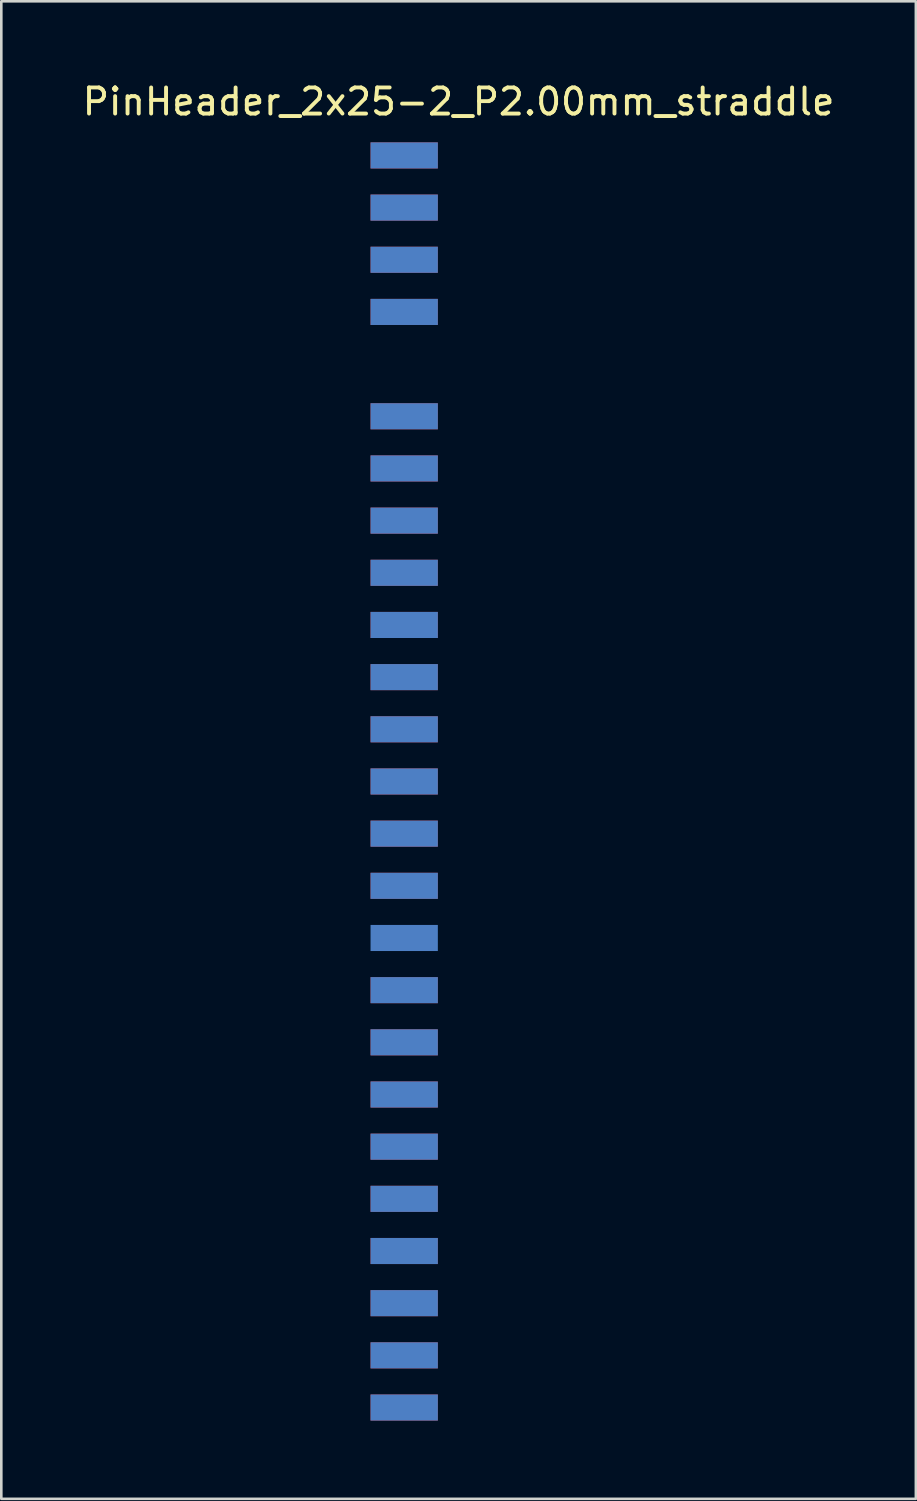
<source format=kicad_pcb>
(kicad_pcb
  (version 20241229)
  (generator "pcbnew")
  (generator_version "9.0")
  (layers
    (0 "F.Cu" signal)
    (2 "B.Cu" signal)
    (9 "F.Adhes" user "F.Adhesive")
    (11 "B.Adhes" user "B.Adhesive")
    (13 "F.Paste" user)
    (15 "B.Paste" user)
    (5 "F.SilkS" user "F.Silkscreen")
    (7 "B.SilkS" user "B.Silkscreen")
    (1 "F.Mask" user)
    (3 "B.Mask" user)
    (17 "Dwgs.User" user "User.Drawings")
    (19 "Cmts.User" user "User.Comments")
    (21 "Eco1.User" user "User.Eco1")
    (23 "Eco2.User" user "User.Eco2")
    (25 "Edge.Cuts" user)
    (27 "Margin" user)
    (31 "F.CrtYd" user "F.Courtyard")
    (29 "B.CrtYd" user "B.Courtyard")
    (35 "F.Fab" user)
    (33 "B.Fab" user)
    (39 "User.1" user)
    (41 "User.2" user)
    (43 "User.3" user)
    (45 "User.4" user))
  (footprint "PinHeader_2x25-2_P2.00mm_straddle"
    (layer "F.Cu")
    (at 14.53 26.908)
    (property "Reference" "PinHeader_2x25-2_P2.00mm_straddle" (at 0 -26.06 0) (layer "F.SilkS") (effects (font (size 1 1) (thickness 0.15))))
    (attr smd)
    (pad "1" smd rect (at -2.085 -14) (size 2.58 1) (layers "F.Cu" "F.Mask" "F.Paste"))
    (pad "2" smd rect (at -2.085 -14) (size 2.58 1) (layers "B.Cu" "B.Mask" "B.Paste"))
    (pad "3" smd rect (at -2.085 -12) (size 2.58 1) (layers "F.Cu" "F.Mask" "F.Paste"))
    (pad "4" smd rect (at -2.085 -12) (size 2.58 1) (layers "B.Cu" "B.Mask" "B.Paste"))
    (pad "5" smd rect (at -2.085 -10) (size 2.58 1) (layers "F.Cu" "F.Mask" "F.Paste"))
    (pad "6" smd rect (at -2.085 -10) (size 2.58 1) (layers "B.Cu" "B.Mask" "B.Paste"))
    (pad "7" smd rect (at -2.085 -8) (size 2.58 1) (layers "F.Cu" "F.Mask" "F.Paste"))
    (pad "8" smd rect (at -2.085 -8) (size 2.58 1) (layers "B.Cu" "B.Mask" "B.Paste"))
    (pad "9" smd rect (at -2.085 -6) (size 2.58 1) (layers "F.Cu" "F.Mask" "F.Paste"))
    (pad "10" smd rect (at -2.085 -6) (size 2.58 1) (layers "B.Cu" "B.Mask" "B.Paste"))
    (pad "11" smd rect (at -2.085 -4) (size 2.58 1) (layers "F.Cu" "F.Mask" "F.Paste"))
    (pad "12" smd rect (at -2.085 -4) (size 2.58 1) (layers "B.Cu" "B.Mask" "B.Paste"))
    (pad "13" smd rect (at -2.085 -2) (size 2.58 1) (layers "F.Cu" "F.Mask" "F.Paste"))
    (pad "14" smd rect (at -2.085 -2) (size 2.58 1) (layers "B.Cu" "B.Mask" "B.Paste"))
    (pad "15" smd rect (at -2.085 0) (size 2.58 1) (layers "F.Cu" "F.Mask" "F.Paste"))
    (pad "16" smd rect (at -2.085 0) (size 2.58 1) (layers "B.Cu" "B.Mask" "B.Paste"))
    (pad "17" smd rect (at -2.085 2) (size 2.58 1) (layers "F.Cu" "F.Mask" "F.Paste"))
    (pad "18" smd rect (at -2.085 2) (size 2.58 1) (layers "B.Cu" "B.Mask" "B.Paste"))
    (pad "19" smd rect (at -2.085 4) (size 2.58 1) (layers "F.Cu" "F.Mask" "F.Paste"))
    (pad "20" smd rect (at -2.085 4) (size 2.58 1) (layers "B.Cu" "B.Mask" "B.Paste"))
    (pad "22" smd rect (at -2.085 6) (size 2.58 1) (layers "B.Cu" "B.Mask" "B.Paste"))
    (pad "23" smd rect (at -2.085 8) (size 2.58 1) (layers "F.Cu" "F.Mask" "F.Paste"))
    (pad "24" smd rect (at -2.085 8) (size 2.58 1) (layers "B.Cu" "B.Mask" "B.Paste"))
    (pad "25" smd rect (at -2.085 10) (size 2.58 1) (layers "F.Cu" "F.Mask" "F.Paste"))
    (pad "26" smd rect (at -2.085 10) (size 2.58 1) (layers "B.Cu" "B.Mask" "B.Paste"))
    (pad "27" smd rect (at -2.085 12) (size 2.58 1) (layers "F.Cu" "F.Mask" "F.Paste"))
    (pad "28" smd rect (at -2.085 12) (size 2.58 1) (layers "B.Cu" "B.Mask" "B.Paste"))
    (pad "29" smd rect (at -2.085 14) (size 2.58 1) (layers "F.Cu" "F.Mask" "F.Paste"))
    (pad "30" smd rect (at -2.085 14) (size 2.58 1) (layers "B.Cu" "B.Mask" "B.Paste"))
    (pad "31" smd rect (at -2.085 16) (size 2.58 1) (layers "F.Cu" "F.Mask" "F.Paste"))
    (pad "32" smd rect (at -2.085 16) (size 2.58 1) (layers "B.Cu" "B.Mask" "B.Paste"))
    (pad "33" smd rect (at -2.085 18) (size 2.58 1) (layers "F.Cu" "F.Mask" "F.Paste"))
    (pad "34" smd rect (at -2.085 18) (size 2.58 1) (layers "B.Cu" "B.Mask" "B.Paste"))
    (pad "35" smd rect (at -2.085 20) (size 2.58 1) (layers "F.Cu" "F.Mask" "F.Paste"))
    (pad "36" smd rect (at -2.085 20) (size 2.58 1) (layers "B.Cu" "B.Mask" "B.Paste"))
    (pad "37" smd rect (at -2.085 22) (size 2.58 1) (layers "F.Cu" "F.Mask" "F.Paste"))
    (pad "38" smd rect (at -2.085 22) (size 2.58 1) (layers "B.Cu" "B.Mask" "B.Paste"))
    (pad "39" smd rect (at -2.085 24) (size 2.58 1) (layers "F.Cu" "F.Mask" "F.Paste"))
    (pad "40" smd rect (at -2.085 24) (size 2.58 1) (layers "B.Cu" "B.Mask" "B.Paste"))
    (pad "43" smd rect (at -2.085 -24) (size 2.58 1) (layers "F.Cu" "F.Mask" "F.Paste"))
    (pad "44" smd rect (at -2.085 -24) (size 2.58 1) (layers "B.Cu" "B.Mask" "B.Paste"))
    (pad "45" smd rect (at -2.085 -22) (size 2.58 1) (layers "F.Cu" "F.Mask" "F.Paste"))
    (pad "46" smd rect (at -2.085 -22) (size 2.58 1) (layers "B.Cu" "B.Mask" "B.Paste"))
    (pad "47" smd rect (at -2.085 -20) (size 2.58 1) (layers "F.Cu" "F.Mask" "F.Paste"))
    (pad "48" smd rect (at -2.085 -20) (size 2.58 1) (layers "B.Cu" "B.Mask" "B.Paste"))
    (pad "49" smd rect (at -2.085 -18) (size 2.58 1) (layers "F.Cu" "F.Mask" "F.Paste"))
    (pad "50" smd rect (at -2.085 -18) (size 2.58 1) (layers "B.Cu" "B.Mask" "B.Paste")))
  (gr_rect
    (start -3 -3)
    (end 32.06 54.408)
    (stroke (width 0.1) (type default))
    (fill no)
    (layer "Edge.Cuts")))
</source>
